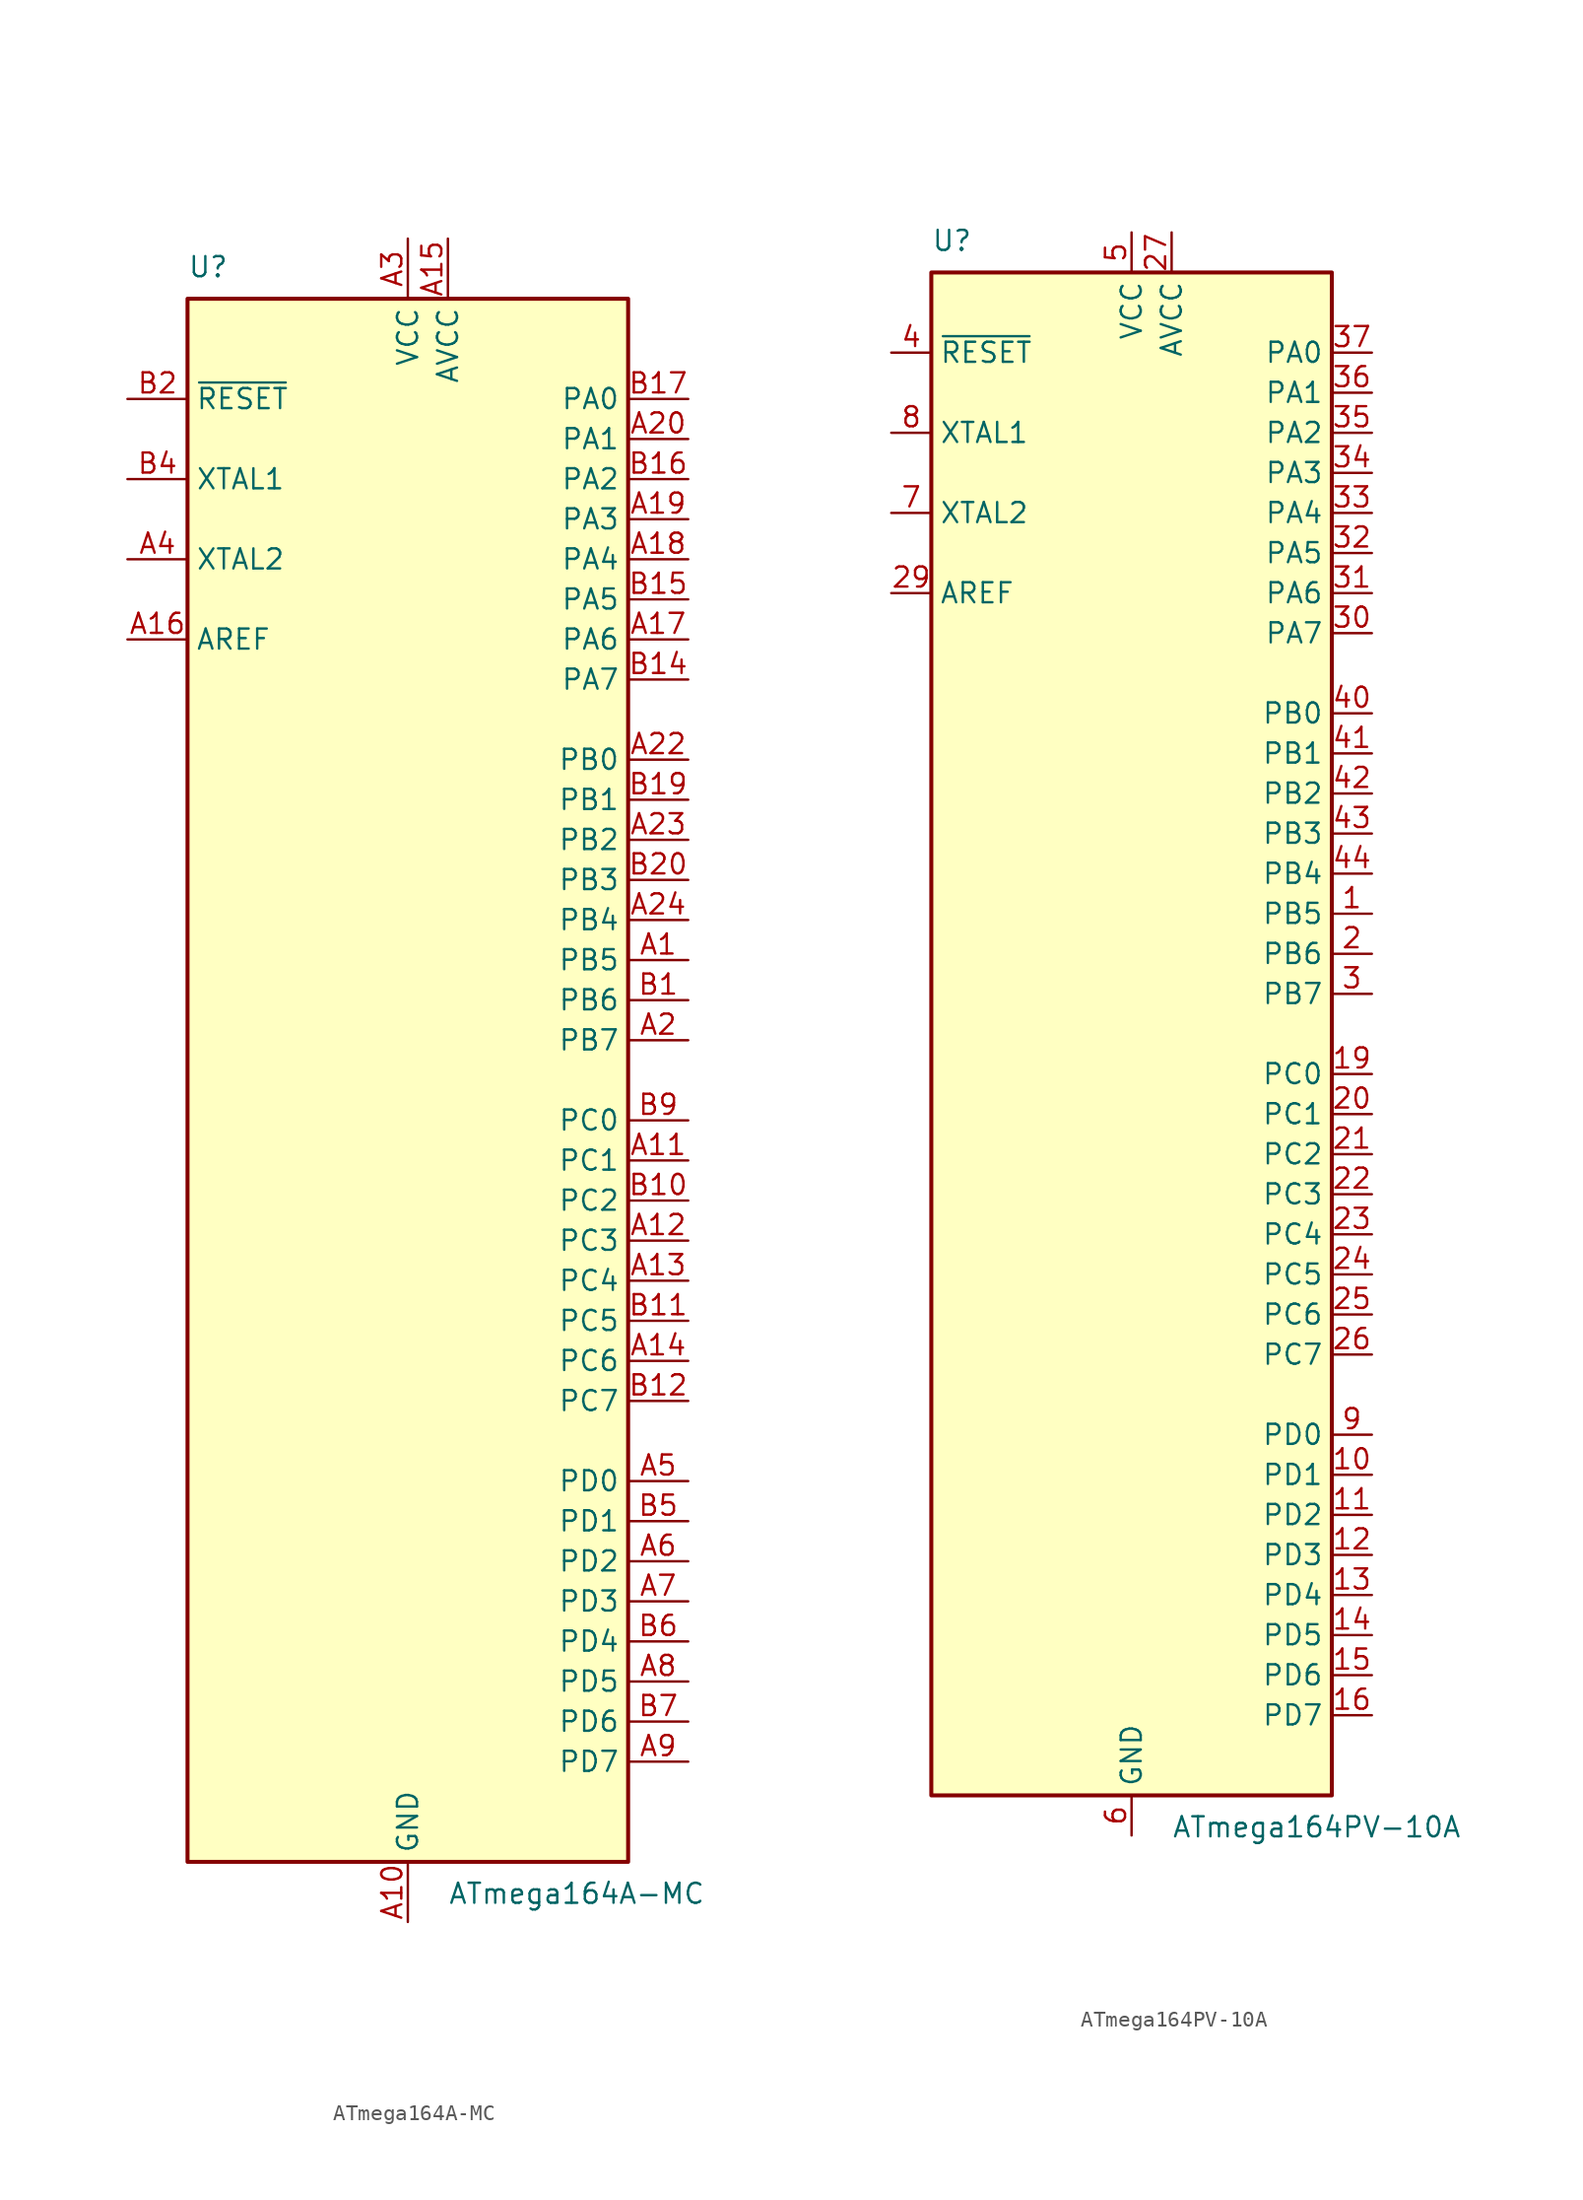
<source format=kicad_sym>
(kicad_symbol_lib
  (version 20231120)
  (generator "kicad_symbol_editor")
  (generator_version "8.0")
  (symbol "ATmega164A-MC"
    (property "Reference" "U"
      (at -13.97 50.8 0)
      (effects (font (size 1.27 1.27)) (justify left bottom)))
    (property "Value" "ATmega164A-MC"
      (at 2.54 -50.8 0)
      (effects (font (size 1.27 1.27)) (justify left top)))
    (symbol "ATmega164A-MC_0_1"
      (rectangle (start -13.97 -49.53) (end 13.97 49.53) (stroke (width 0.254) (type default)) (fill (type background))))
    (symbol "ATmega164A-MC_1_1"
      (pin bidirectional line (at 17.78 7.62 180) (length 3.81) (name "PB5" (effects (font (size 1.27 1.27)))) (number "A1" (effects (font (size 1.27 1.27)))))
      (pin power_in line (at 0 -53.34 90) (length 3.81) (name "GND" (effects (font (size 1.27 1.27)))) (number "A10" (effects (font (size 1.27 1.27)))))
      (pin bidirectional line (at 17.78 -5.08 180) (length 3.81) (name "PC1" (effects (font (size 1.27 1.27)))) (number "A11" (effects (font (size 1.27 1.27)))))
      (pin bidirectional line (at 17.78 -10.16 180) (length 3.81) (name "PC3" (effects (font (size 1.27 1.27)))) (number "A12" (effects (font (size 1.27 1.27)))))
      (pin bidirectional line (at 17.78 -12.7 180) (length 3.81) (name "PC4" (effects (font (size 1.27 1.27)))) (number "A13" (effects (font (size 1.27 1.27)))))
      (pin bidirectional line (at 17.78 -17.78 180) (length 3.81) (name "PC6" (effects (font (size 1.27 1.27)))) (number "A14" (effects (font (size 1.27 1.27)))))
      (pin power_in line (at 2.54 53.34 270) (length 3.81) (name "AVCC" (effects (font (size 1.27 1.27)))) (number "A15" (effects (font (size 1.27 1.27)))))
      (pin passive line (at -17.78 27.94 0) (length 3.81) (name "AREF" (effects (font (size 1.27 1.27)))) (number "A16" (effects (font (size 1.27 1.27)))))
      (pin bidirectional line (at 17.78 27.94 180) (length 3.81) (name "PA6" (effects (font (size 1.27 1.27)))) (number "A17" (effects (font (size 1.27 1.27)))))
      (pin bidirectional line (at 17.78 33.02 180) (length 3.81) (name "PA4" (effects (font (size 1.27 1.27)))) (number "A18" (effects (font (size 1.27 1.27)))))
      (pin bidirectional line (at 17.78 35.56 180) (length 3.81) (name "PA3" (effects (font (size 1.27 1.27)))) (number "A19" (effects (font (size 1.27 1.27)))))
      (pin bidirectional line (at 17.78 2.54 180) (length 3.81) (name "PB7" (effects (font (size 1.27 1.27)))) (number "A2" (effects (font (size 1.27 1.27)))))
      (pin bidirectional line (at 17.78 40.64 180) (length 3.81) (name "PA1" (effects (font (size 1.27 1.27)))) (number "A20" (effects (font (size 1.27 1.27)))))
      (pin passive line (at 0 53.34 270) (length 3.81) hide (name "VCC" (effects (font (size 1.27 1.27)))) (number "A21" (effects (font (size 1.27 1.27)))))
      (pin bidirectional line (at 17.78 20.32 180) (length 3.81) (name "PB0" (effects (font (size 1.27 1.27)))) (number "A22" (effects (font (size 1.27 1.27)))))
      (pin bidirectional line (at 17.78 15.24 180) (length 3.81) (name "PB2" (effects (font (size 1.27 1.27)))) (number "A23" (effects (font (size 1.27 1.27)))))
      (pin bidirectional line (at 17.78 10.16 180) (length 3.81) (name "PB4" (effects (font (size 1.27 1.27)))) (number "A24" (effects (font (size 1.27 1.27)))))
      (pin power_in line (at 0 53.34 270) (length 3.81) (name "VCC" (effects (font (size 1.27 1.27)))) (number "A3" (effects (font (size 1.27 1.27)))))
      (pin output line (at -17.78 33.02 0) (length 3.81) (name "XTAL2" (effects (font (size 1.27 1.27)))) (number "A4" (effects (font (size 1.27 1.27)))))
      (pin bidirectional line (at 17.78 -25.4 180) (length 3.81) (name "PD0" (effects (font (size 1.27 1.27)))) (number "A5" (effects (font (size 1.27 1.27)))))
      (pin bidirectional line (at 17.78 -30.48 180) (length 3.81) (name "PD2" (effects (font (size 1.27 1.27)))) (number "A6" (effects (font (size 1.27 1.27)))))
      (pin bidirectional line (at 17.78 -33.02 180) (length 3.81) (name "PD3" (effects (font (size 1.27 1.27)))) (number "A7" (effects (font (size 1.27 1.27)))))
      (pin bidirectional line (at 17.78 -38.1 180) (length 3.81) (name "PD5" (effects (font (size 1.27 1.27)))) (number "A8" (effects (font (size 1.27 1.27)))))
      (pin bidirectional line (at 17.78 -43.18 180) (length 3.81) (name "PD7" (effects (font (size 1.27 1.27)))) (number "A9" (effects (font (size 1.27 1.27)))))
      (pin bidirectional line (at 17.78 5.08 180) (length 3.81) (name "PB6" (effects (font (size 1.27 1.27)))) (number "B1" (effects (font (size 1.27 1.27)))))
      (pin bidirectional line (at 17.78 -7.62 180) (length 3.81) (name "PC2" (effects (font (size 1.27 1.27)))) (number "B10" (effects (font (size 1.27 1.27)))))
      (pin bidirectional line (at 17.78 -15.24 180) (length 3.81) (name "PC5" (effects (font (size 1.27 1.27)))) (number "B11" (effects (font (size 1.27 1.27)))))
      (pin bidirectional line (at 17.78 -20.32 180) (length 3.81) (name "PC7" (effects (font (size 1.27 1.27)))) (number "B12" (effects (font (size 1.27 1.27)))))
      (pin passive line (at 0 -53.34 90) (length 3.81) hide (name "GND" (effects (font (size 1.27 1.27)))) (number "B13" (effects (font (size 1.27 1.27)))))
      (pin bidirectional line (at 17.78 25.4 180) (length 3.81) (name "PA7" (effects (font (size 1.27 1.27)))) (number "B14" (effects (font (size 1.27 1.27)))))
      (pin bidirectional line (at 17.78 30.48 180) (length 3.81) (name "PA5" (effects (font (size 1.27 1.27)))) (number "B15" (effects (font (size 1.27 1.27)))))
      (pin bidirectional line (at 17.78 38.1 180) (length 3.81) (name "PA2" (effects (font (size 1.27 1.27)))) (number "B16" (effects (font (size 1.27 1.27)))))
      (pin bidirectional line (at 17.78 43.18 180) (length 3.81) (name "PA0" (effects (font (size 1.27 1.27)))) (number "B17" (effects (font (size 1.27 1.27)))))
      (pin passive line (at 0 -53.34 90) (length 3.81) hide (name "GND" (effects (font (size 1.27 1.27)))) (number "B18" (effects (font (size 1.27 1.27)))))
      (pin bidirectional line (at 17.78 17.78 180) (length 3.81) (name "PB1" (effects (font (size 1.27 1.27)))) (number "B19" (effects (font (size 1.27 1.27)))))
      (pin input line (at -17.78 43.18 0) (length 3.81) (name "~{RESET}" (effects (font (size 1.27 1.27)))) (number "B2" (effects (font (size 1.27 1.27)))))
      (pin bidirectional line (at 17.78 12.7 180) (length 3.81) (name "PB3" (effects (font (size 1.27 1.27)))) (number "B20" (effects (font (size 1.27 1.27)))))
      (pin passive line (at 0 -53.34 90) (length 3.81) hide (name "GND" (effects (font (size 1.27 1.27)))) (number "B3" (effects (font (size 1.27 1.27)))))
      (pin input line (at -17.78 38.1 0) (length 3.81) (name "XTAL1" (effects (font (size 1.27 1.27)))) (number "B4" (effects (font (size 1.27 1.27)))))
      (pin bidirectional line (at 17.78 -27.94 180) (length 3.81) (name "PD1" (effects (font (size 1.27 1.27)))) (number "B5" (effects (font (size 1.27 1.27)))))
      (pin bidirectional line (at 17.78 -35.56 180) (length 3.81) (name "PD4" (effects (font (size 1.27 1.27)))) (number "B6" (effects (font (size 1.27 1.27)))))
      (pin bidirectional line (at 17.78 -40.64 180) (length 3.81) (name "PD6" (effects (font (size 1.27 1.27)))) (number "B7" (effects (font (size 1.27 1.27)))))
      (pin passive line (at 0 53.34 270) (length 3.81) hide (name "VCC" (effects (font (size 1.27 1.27)))) (number "B8" (effects (font (size 1.27 1.27)))))
      (pin bidirectional line (at 17.78 -2.54 180) (length 3.81) (name "PC0" (effects (font (size 1.27 1.27)))) (number "B9" (effects (font (size 1.27 1.27)))))
      (pin passive line (at 0 -53.34 90) (length 3.81) hide (name "GND" (effects (font (size 1.27 1.27)))) (number "EP" (effects (font (size 1.27 1.27)))))))
  (symbol "ATmega164PV-10A"
    (property "Reference" "U"
      (at -12.7 49.53 0)
      (effects (font (size 1.27 1.27)) (justify left bottom)))
    (property "Value" "ATmega164PV-10A"
      (at 2.54 -49.53 0)
      (effects (font (size 1.27 1.27)) (justify left top)))
    (symbol "ATmega164PV-10A_0_1"
      (rectangle (start -12.7 -48.26) (end 12.7 48.26) (stroke (width 0.254) (type default)) (fill (type background))))
    (symbol "ATmega164PV-10A_1_1"
      (pin bidirectional line (at 15.24 7.62 180) (length 2.54) (name "PB5" (effects (font (size 1.27 1.27)))) (number "1" (effects (font (size 1.27 1.27)))))
      (pin bidirectional line (at 15.24 -27.94 180) (length 2.54) (name "PD1" (effects (font (size 1.27 1.27)))) (number "10" (effects (font (size 1.27 1.27)))))
      (pin bidirectional line (at 15.24 -30.48 180) (length 2.54) (name "PD2" (effects (font (size 1.27 1.27)))) (number "11" (effects (font (size 1.27 1.27)))))
      (pin bidirectional line (at 15.24 -33.02 180) (length 2.54) (name "PD3" (effects (font (size 1.27 1.27)))) (number "12" (effects (font (size 1.27 1.27)))))
      (pin bidirectional line (at 15.24 -35.56 180) (length 2.54) (name "PD4" (effects (font (size 1.27 1.27)))) (number "13" (effects (font (size 1.27 1.27)))))
      (pin bidirectional line (at 15.24 -38.1 180) (length 2.54) (name "PD5" (effects (font (size 1.27 1.27)))) (number "14" (effects (font (size 1.27 1.27)))))
      (pin bidirectional line (at 15.24 -40.64 180) (length 2.54) (name "PD6" (effects (font (size 1.27 1.27)))) (number "15" (effects (font (size 1.27 1.27)))))
      (pin bidirectional line (at 15.24 -43.18 180) (length 2.54) (name "PD7" (effects (font (size 1.27 1.27)))) (number "16" (effects (font (size 1.27 1.27)))))
      (pin passive line (at 0 50.8 270) (length 2.54) hide (name "VCC" (effects (font (size 1.27 1.27)))) (number "17" (effects (font (size 1.27 1.27)))))
      (pin passive line (at 0 -50.8 90) (length 2.54) hide (name "GND" (effects (font (size 1.27 1.27)))) (number "18" (effects (font (size 1.27 1.27)))))
      (pin bidirectional line (at 15.24 -2.54 180) (length 2.54) (name "PC0" (effects (font (size 1.27 1.27)))) (number "19" (effects (font (size 1.27 1.27)))))
      (pin bidirectional line (at 15.24 5.08 180) (length 2.54) (name "PB6" (effects (font (size 1.27 1.27)))) (number "2" (effects (font (size 1.27 1.27)))))
      (pin bidirectional line (at 15.24 -5.08 180) (length 2.54) (name "PC1" (effects (font (size 1.27 1.27)))) (number "20" (effects (font (size 1.27 1.27)))))
      (pin bidirectional line (at 15.24 -7.62 180) (length 2.54) (name "PC2" (effects (font (size 1.27 1.27)))) (number "21" (effects (font (size 1.27 1.27)))))
      (pin bidirectional line (at 15.24 -10.16 180) (length 2.54) (name "PC3" (effects (font (size 1.27 1.27)))) (number "22" (effects (font (size 1.27 1.27)))))
      (pin bidirectional line (at 15.24 -12.7 180) (length 2.54) (name "PC4" (effects (font (size 1.27 1.27)))) (number "23" (effects (font (size 1.27 1.27)))))
      (pin bidirectional line (at 15.24 -15.24 180) (length 2.54) (name "PC5" (effects (font (size 1.27 1.27)))) (number "24" (effects (font (size 1.27 1.27)))))
      (pin bidirectional line (at 15.24 -17.78 180) (length 2.54) (name "PC6" (effects (font (size 1.27 1.27)))) (number "25" (effects (font (size 1.27 1.27)))))
      (pin bidirectional line (at 15.24 -20.32 180) (length 2.54) (name "PC7" (effects (font (size 1.27 1.27)))) (number "26" (effects (font (size 1.27 1.27)))))
      (pin power_in line (at 2.54 50.8 270) (length 2.54) (name "AVCC" (effects (font (size 1.27 1.27)))) (number "27" (effects (font (size 1.27 1.27)))))
      (pin passive line (at 0 -50.8 90) (length 2.54) hide (name "GND" (effects (font (size 1.27 1.27)))) (number "28" (effects (font (size 1.27 1.27)))))
      (pin passive line (at -15.24 27.94 0) (length 2.54) (name "AREF" (effects (font (size 1.27 1.27)))) (number "29" (effects (font (size 1.27 1.27)))))
      (pin bidirectional line (at 15.24 2.54 180) (length 2.54) (name "PB7" (effects (font (size 1.27 1.27)))) (number "3" (effects (font (size 1.27 1.27)))))
      (pin bidirectional line (at 15.24 25.4 180) (length 2.54) (name "PA7" (effects (font (size 1.27 1.27)))) (number "30" (effects (font (size 1.27 1.27)))))
      (pin bidirectional line (at 15.24 27.94 180) (length 2.54) (name "PA6" (effects (font (size 1.27 1.27)))) (number "31" (effects (font (size 1.27 1.27)))))
      (pin bidirectional line (at 15.24 30.48 180) (length 2.54) (name "PA5" (effects (font (size 1.27 1.27)))) (number "32" (effects (font (size 1.27 1.27)))))
      (pin bidirectional line (at 15.24 33.02 180) (length 2.54) (name "PA4" (effects (font (size 1.27 1.27)))) (number "33" (effects (font (size 1.27 1.27)))))
      (pin bidirectional line (at 15.24 35.56 180) (length 2.54) (name "PA3" (effects (font (size 1.27 1.27)))) (number "34" (effects (font (size 1.27 1.27)))))
      (pin bidirectional line (at 15.24 38.1 180) (length 2.54) (name "PA2" (effects (font (size 1.27 1.27)))) (number "35" (effects (font (size 1.27 1.27)))))
      (pin bidirectional line (at 15.24 40.64 180) (length 2.54) (name "PA1" (effects (font (size 1.27 1.27)))) (number "36" (effects (font (size 1.27 1.27)))))
      (pin bidirectional line (at 15.24 43.18 180) (length 2.54) (name "PA0" (effects (font (size 1.27 1.27)))) (number "37" (effects (font (size 1.27 1.27)))))
      (pin passive line (at 0 50.8 270) (length 2.54) hide (name "VCC" (effects (font (size 1.27 1.27)))) (number "38" (effects (font (size 1.27 1.27)))))
      (pin passive line (at 0 -50.8 90) (length 2.54) hide (name "GND" (effects (font (size 1.27 1.27)))) (number "39" (effects (font (size 1.27 1.27)))))
      (pin input line (at -15.24 43.18 0) (length 2.54) (name "~{RESET}" (effects (font (size 1.27 1.27)))) (number "4" (effects (font (size 1.27 1.27)))))
      (pin bidirectional line (at 15.24 20.32 180) (length 2.54) (name "PB0" (effects (font (size 1.27 1.27)))) (number "40" (effects (font (size 1.27 1.27)))))
      (pin bidirectional line (at 15.24 17.78 180) (length 2.54) (name "PB1" (effects (font (size 1.27 1.27)))) (number "41" (effects (font (size 1.27 1.27)))))
      (pin bidirectional line (at 15.24 15.24 180) (length 2.54) (name "PB2" (effects (font (size 1.27 1.27)))) (number "42" (effects (font (size 1.27 1.27)))))
      (pin bidirectional line (at 15.24 12.7 180) (length 2.54) (name "PB3" (effects (font (size 1.27 1.27)))) (number "43" (effects (font (size 1.27 1.27)))))
      (pin bidirectional line (at 15.24 10.16 180) (length 2.54) (name "PB4" (effects (font (size 1.27 1.27)))) (number "44" (effects (font (size 1.27 1.27)))))
      (pin power_in line (at 0 50.8 270) (length 2.54) (name "VCC" (effects (font (size 1.27 1.27)))) (number "5" (effects (font (size 1.27 1.27)))))
      (pin power_in line (at 0 -50.8 90) (length 2.54) (name "GND" (effects (font (size 1.27 1.27)))) (number "6" (effects (font (size 1.27 1.27)))))
      (pin output line (at -15.24 33.02 0) (length 2.54) (name "XTAL2" (effects (font (size 1.27 1.27)))) (number "7" (effects (font (size 1.27 1.27)))))
      (pin input line (at -15.24 38.1 0) (length 2.54) (name "XTAL1" (effects (font (size 1.27 1.27)))) (number "8" (effects (font (size 1.27 1.27)))))
      (pin bidirectional line (at 15.24 -25.4 180) (length 2.54) (name "PD0" (effects (font (size 1.27 1.27)))) (number "9" (effects (font (size 1.27 1.27))))))))
</source>
